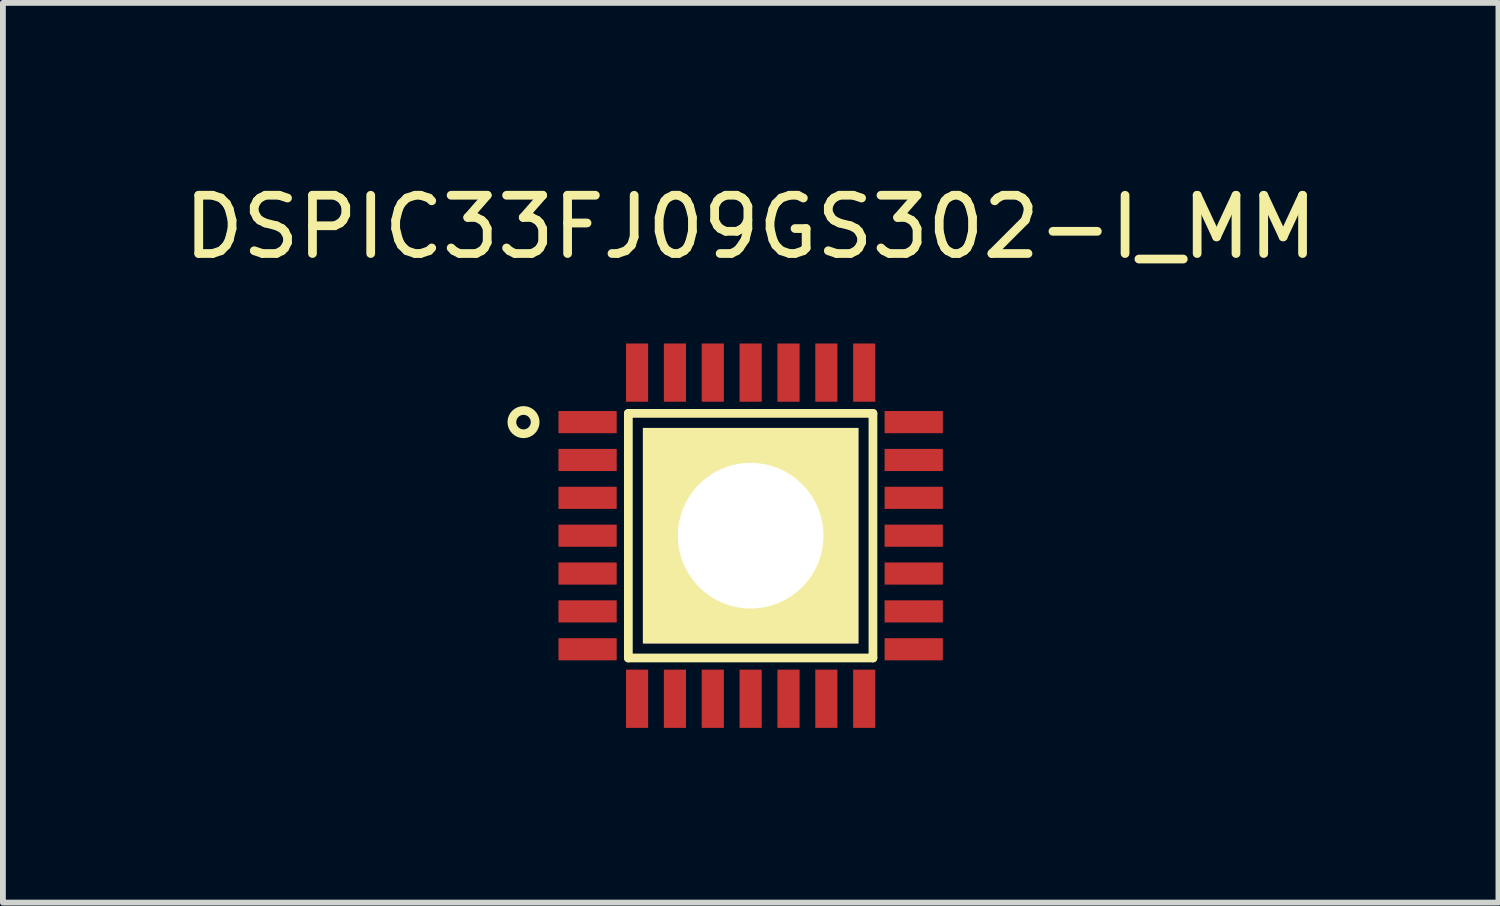
<source format=kicad_pcb>
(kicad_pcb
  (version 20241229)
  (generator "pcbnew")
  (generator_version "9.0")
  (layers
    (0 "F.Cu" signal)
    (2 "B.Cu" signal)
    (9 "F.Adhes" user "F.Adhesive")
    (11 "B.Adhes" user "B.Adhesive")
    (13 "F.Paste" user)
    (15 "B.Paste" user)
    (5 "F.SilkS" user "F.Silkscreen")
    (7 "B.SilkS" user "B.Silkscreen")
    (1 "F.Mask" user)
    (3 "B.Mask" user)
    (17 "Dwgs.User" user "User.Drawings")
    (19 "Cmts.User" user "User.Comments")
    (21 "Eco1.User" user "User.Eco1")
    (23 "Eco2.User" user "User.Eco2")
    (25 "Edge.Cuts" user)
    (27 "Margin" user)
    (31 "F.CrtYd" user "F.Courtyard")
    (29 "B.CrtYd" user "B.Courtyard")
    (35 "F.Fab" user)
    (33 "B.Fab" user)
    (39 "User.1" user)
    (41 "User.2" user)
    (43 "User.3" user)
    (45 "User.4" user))
  (footprint "DSPIC33FJ09GS302-I_MM"
    (layer "F.Cu")
    (at 7.039 3.348)
    (property "Reference" "DSPIC33FJ09GS302-I_MM" (at 2.8 -2.5 0) (layer "F.SilkS") (effects (font (size 1 1) (thickness 0.15))))
    (attr through_hole)
    (fp_line (start 0.7 0.7) (end 0.7 4.9) (stroke (width 0.15) (type solid)) (layer "F.SilkS"))
    (fp_line (start 0.7 0.7) (end 4.9 0.7) (stroke (width 0.15) (type solid)) (layer "F.SilkS"))
    (fp_line (start 0.7 4.9) (end 4.9 4.9) (stroke (width 0.15) (type solid)) (layer "F.SilkS"))
    (fp_line (start 4.9 4.9) (end 4.9 0.7) (stroke (width 0.15) (type solid)) (layer "F.SilkS"))
    (fp_circle (center -1.1 0.85) (end -1.1 0.65) (stroke (width 0.15) (type solid)) (fill no) (layer "F.SilkS"))
    (fp_circle (center 1.7 1.7) (end 1.7 1.2) (stroke (width 0.15) (type solid)) (fill no) (layer "F.SilkS"))
    (pad "1" smd rect (at 0 0.85) (size 1 0.38) (layers "F.Cu" "F.Mask" "F.Paste"))
    (pad "2" smd rect (at 0 1.5) (size 1 0.38) (layers "F.Cu" "F.Mask" "F.Paste"))
    (pad "3" smd rect (at 0 2.15) (size 1 0.38) (layers "F.Cu" "F.Mask" "F.Paste"))
    (pad "4" smd rect (at 0 2.8) (size 1 0.38) (layers "F.Cu" "F.Mask" "F.Paste"))
    (pad "5" smd rect (at 0 3.45) (size 1 0.38) (layers "F.Cu" "F.Mask" "F.Paste"))
    (pad "6" smd rect (at 0 4.1) (size 1 0.38) (layers "F.Cu" "F.Mask" "F.Paste"))
    (pad "7" smd rect (at 0 4.75) (size 1 0.38) (layers "F.Cu" "F.Mask" "F.Paste"))
    (pad "8" smd rect (at 0.85 5.6) (size 0.38 1) (layers "F.Cu" "F.Mask" "F.Paste"))
    (pad "9" smd rect (at 1.5 5.6) (size 0.38 1) (layers "F.Cu" "F.Mask" "F.Paste"))
    (pad "10" smd rect (at 2.15 5.6) (size 0.38 1) (layers "F.Cu" "F.Mask" "F.Paste"))
    (pad "11" smd rect (at 2.8 5.6) (size 0.38 1) (layers "F.Cu" "F.Mask" "F.Paste"))
    (pad "12" smd rect (at 3.45 5.6) (size 0.38 1) (layers "F.Cu" "F.Mask" "F.Paste"))
    (pad "13" smd rect (at 4.1 5.6) (size 0.38 1) (layers "F.Cu" "F.Mask" "F.Paste"))
    (pad "14" smd rect (at 4.75 5.6) (size 0.38 1) (layers "F.Cu" "F.Mask" "F.Paste"))
    (pad "15" smd rect (at 5.6 4.75) (size 1 0.38) (layers "F.Cu" "F.Mask" "F.Paste"))
    (pad "16" smd rect (at 5.6 4.1) (size 1 0.38) (layers "F.Cu" "F.Mask" "F.Paste"))
    (pad "17" smd rect (at 5.6 3.45) (size 1 0.38) (layers "F.Cu" "F.Mask" "F.Paste"))
    (pad "18" smd rect (at 5.6 2.8) (size 1 0.38) (layers "F.Cu" "F.Mask" "F.Paste"))
    (pad "19" smd rect (at 5.6 2.15) (size 1 0.38) (layers "F.Cu" "F.Mask" "F.Paste"))
    (pad "20" smd rect (at 5.6 1.5) (size 1 0.38) (layers "F.Cu" "F.Mask" "F.Paste"))
    (pad "21" smd rect (at 5.6 0.85) (size 1 0.38) (layers "F.Cu" "F.Mask" "F.Paste"))
    (pad "22" smd rect (at 4.75 0) (size 0.38 1) (layers "F.Cu" "F.Mask" "F.Paste"))
    (pad "23" smd rect (at 4.1 0) (size 0.38 1) (layers "F.Cu" "F.Mask" "F.Paste"))
    (pad "24" smd rect (at 3.45 0) (size 0.38 1) (layers "F.Cu" "F.Mask" "F.Paste"))
    (pad "25" smd rect (at 2.8 0) (size 0.38 1) (layers "F.Cu" "F.Mask" "F.Paste"))
    (pad "26" smd rect (at 2.15 0) (size 0.38 1) (layers "F.Cu" "F.Mask" "F.Paste"))
    (pad "27" smd rect (at 1.5 0) (size 0.38 1) (layers "F.Cu" "F.Mask" "F.Paste"))
    (pad "28" smd rect (at 0.85 0) (size 0.38 1) (layers "F.Cu" "F.Mask" "F.Paste"))
    (pad "999" thru_hole rect (at 2.8 2.8) (size 3.7 3.7) (drill 2.5) (layers "*.Cu" "*.Mask" "F.SilkS")))
  (gr_rect
    (start -3 -3)
    (end 22.679 12.448)
    (stroke (width 0.1) (type default))
    (fill no)
    (layer "Edge.Cuts")))
</source>
